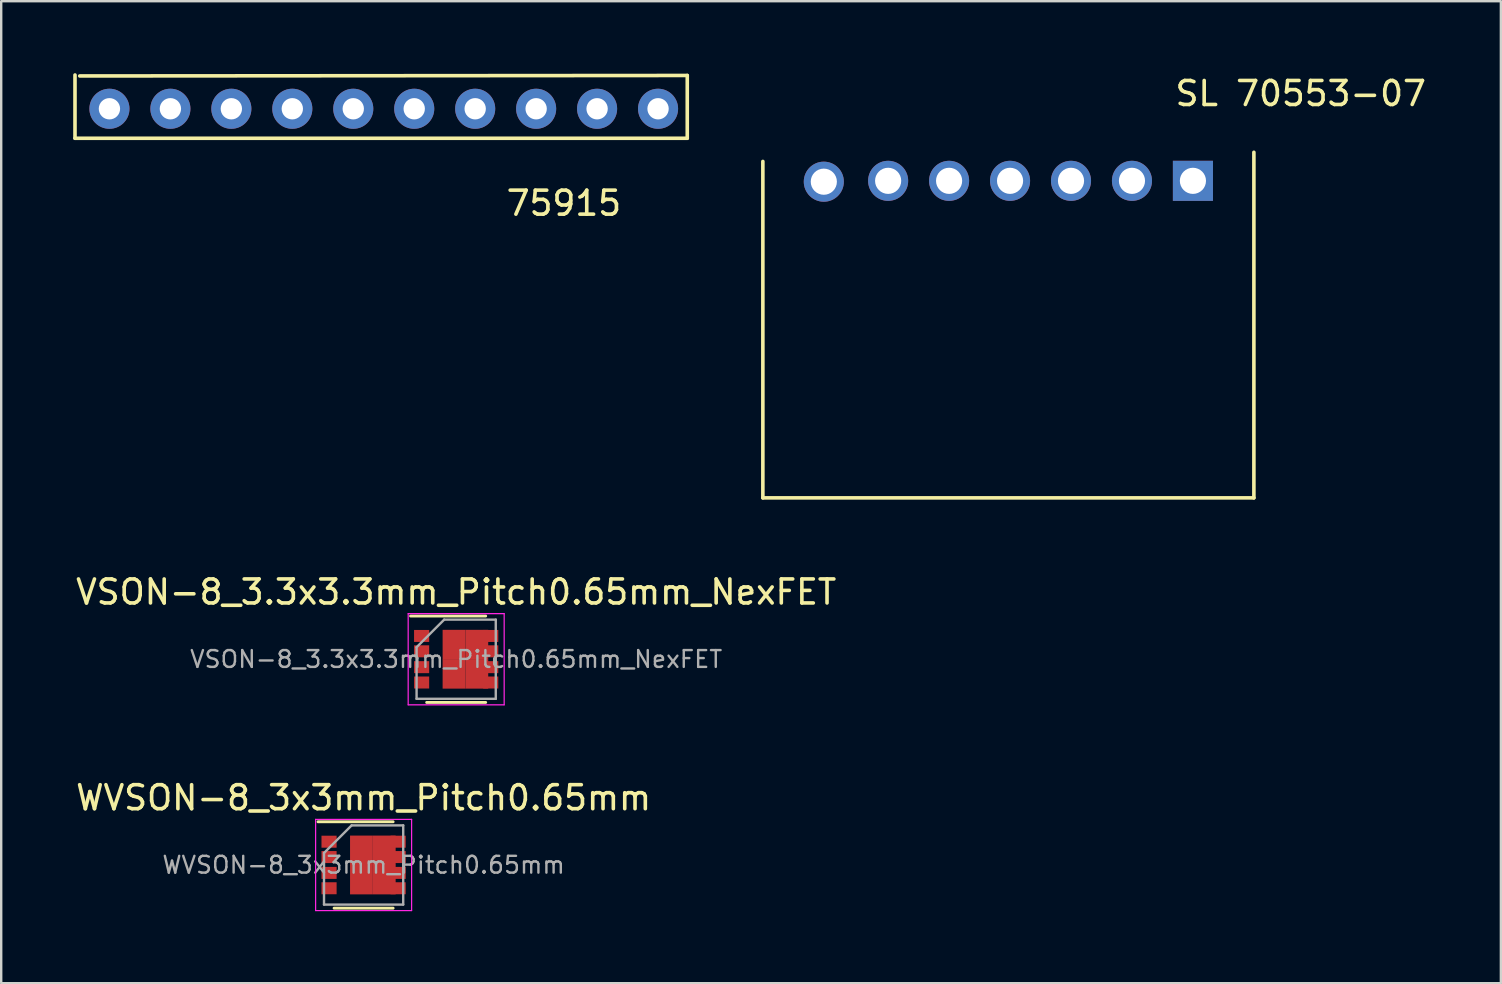
<source format=kicad_pcb>
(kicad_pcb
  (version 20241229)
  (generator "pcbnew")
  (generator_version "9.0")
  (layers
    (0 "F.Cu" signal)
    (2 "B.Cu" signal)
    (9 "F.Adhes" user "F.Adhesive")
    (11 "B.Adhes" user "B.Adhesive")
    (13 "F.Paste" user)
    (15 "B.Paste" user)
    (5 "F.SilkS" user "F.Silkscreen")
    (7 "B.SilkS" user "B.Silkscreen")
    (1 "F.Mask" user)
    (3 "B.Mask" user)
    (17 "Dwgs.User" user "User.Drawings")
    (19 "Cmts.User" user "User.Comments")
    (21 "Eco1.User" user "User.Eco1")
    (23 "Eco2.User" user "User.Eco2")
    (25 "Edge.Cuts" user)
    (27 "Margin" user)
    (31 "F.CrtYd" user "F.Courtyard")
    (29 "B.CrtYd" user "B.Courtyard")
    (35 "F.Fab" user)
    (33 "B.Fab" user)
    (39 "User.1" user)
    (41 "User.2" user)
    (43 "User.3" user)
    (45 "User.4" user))
  (footprint "WVSON-8_3x3mm_Pitch0.65mm"
    (layer "F.Cu")
    (at 12.101 32.992)
    (property "Reference" "WVSON-8_3x3mm_Pitch0.65mm" (at 0 -2.8 0) (layer "F.SilkS") (effects (font (size 1 1) (thickness 0.15))))
    (attr smd)
    (fp_line (start -1.9 -1.8) (end 1.23 -1.8) (stroke (width 0.12) (type solid)) (layer "F.SilkS"))
    (fp_line (start -1.23 1.8) (end 1.23 1.8) (stroke (width 0.12) (type solid)) (layer "F.SilkS"))
    (fp_line (start -2 -1.9) (end -2 1.9) (stroke (width 0.05) (type solid)) (layer "F.CrtYd"))
    (fp_line (start -2 -1.9) (end 2 -1.9) (stroke (width 0.05) (type solid)) (layer "F.CrtYd"))
    (fp_line (start -2 1.9) (end 2 1.9) (stroke (width 0.05) (type solid)) (layer "F.CrtYd"))
    (fp_line (start 2 -1.9) (end 2 1.9) (stroke (width 0.05) (type solid)) (layer "F.CrtYd"))
    (fp_line (start -1.65 -0.5) (end -0.5 -1.65) (stroke (width 0.1) (type solid)) (layer "F.Fab"))
    (fp_line (start -1.65 1.65) (end -1.65 -0.5) (stroke (width 0.1) (type solid)) (layer "F.Fab"))
    (fp_line (start -0.5 -1.65) (end 1.65 -1.65) (stroke (width 0.1) (type solid)) (layer "F.Fab"))
    (fp_line (start 1.65 -1.65) (end 1.65 1.65) (stroke (width 0.1) (type solid)) (layer "F.Fab"))
    (fp_line (start 1.65 1.65) (end -1.65 1.65) (stroke (width 0.1) (type solid)) (layer "F.Fab"))
    (fp_text user "${REFERENCE}" (at 0 0 0) (layer "F.Fab") (effects (font (size 0.7 0.7) (thickness 0.1))))
    (pad "1" smd rect (at -1.44 -0.97) (size 0.63 0.5) (layers "F.Cu" "F.Mask" "F.Paste"))
    (pad "2" smd rect (at -1.44 -0.33) (size 0.63 0.5) (layers "F.Cu" "F.Mask" "F.Paste"))
    (pad "3" smd rect (at -1.44 0.33) (size 0.63 0.5) (layers "F.Cu" "F.Mask" "F.Paste"))
    (pad "4" smd rect (at -1.44 0.97) (size 0.63 0.5) (layers "F.Cu" "F.Mask" "F.Paste"))
    (pad "5" smd rect (at -0.09 -0.61) (size 0.95 1.23) (layers "F.Cu" "F.Mask" "F.Paste"))
    (pad "5" smd rect (at -0.09 0.61) (size 0.95 1.23) (layers "F.Cu" "F.Mask" "F.Paste"))
    (pad "5" smd rect (at 0.86 -0.61) (size 0.95 1.23) (layers "F.Cu" "F.Mask" "F.Paste"))
    (pad "5" smd rect (at 0.86 0.61) (size 0.95 1.23) (layers "F.Cu" "F.Mask" "F.Paste"))
    (pad "5" smd rect (at 1.44 -0.97) (size 0.63 0.5) (layers "F.Cu" "F.Mask" "F.Paste"))
    (pad "5" smd rect (at 1.44 -0.33) (size 0.63 0.5) (layers "F.Cu" "F.Mask" "F.Paste"))
    (pad "5" smd rect (at 1.44 0.33) (size 0.63 0.5) (layers "F.Cu" "F.Mask" "F.Paste"))
    (pad "5" smd rect (at 1.44 0.97) (size 0.63 0.5) (layers "F.Cu" "F.Mask" "F.Paste")))
  (footprint "SL 70553-07"
    (layer "F.Cu")
    (at 43.657 6.385)
    (property "Reference" "SL 70553-07" (at 7.493 -5.537 0) (layer "F.SilkS") (effects (font (size 1 1) (thickness 0.15))))
    (attr through_hole)
    (fp_line (start -14.92 -2.708) (end -14.92 11.31) (stroke (width 0.15) (type solid)) (layer "F.SilkS"))
    (fp_line (start -14.92 11.31) (end 5.54 11.31) (stroke (width 0.15) (type solid)) (layer "F.SilkS"))
    (fp_line (start 5.54 -3.089) (end 5.54 11.31) (stroke (width 0.15) (type solid)) (layer "F.SilkS"))
    (pad "1" thru_hole rect (at 3 -1.9) (size 1.67 1.67) (drill 1.09) (layers "*.Cu" "*.Mask"))
    (pad "2" thru_hole circle (at 0.46 -1.9) (size 1.67 1.67) (drill 1.09) (layers "*.Cu" "*.Mask"))
    (pad "3" thru_hole circle (at -2.08 -1.9) (size 1.67 1.67) (drill 1.09) (layers "*.Cu" "*.Mask"))
    (pad "4" thru_hole circle (at -4.62 -1.9) (size 1.67 1.67) (drill 1.09) (layers "*.Cu" "*.Mask"))
    (pad "5" thru_hole circle (at -7.16 -1.9) (size 1.67 1.67) (drill 1.09) (layers "*.Cu" "*.Mask"))
    (pad "6" thru_hole circle (at -9.7 -1.9) (size 1.67 1.67) (drill 1.09) (layers "*.Cu" "*.Mask"))
    (pad "7" thru_hole circle (at -12.38 -1.864) (size 1.67 1.67) (drill 1.09) (layers "*.Cu" "*.Mask")))
  (footprint "VSON-8_3.3x3.3mm_Pitch0.65mm_NexFET"
    (layer "F.Cu")
    (at 15.958 24.419)
    (property "Reference" "VSON-8_3.3x3.3mm_Pitch0.65mm_NexFET" (at 0 -2.8 0) (layer "F.SilkS") (effects (font (size 1 1) (thickness 0.15))))
    (attr smd)
    (fp_line (start -1.9 -1.8) (end 1.23 -1.8) (stroke (width 0.12) (type solid)) (layer "F.SilkS"))
    (fp_line (start -1.23 1.8) (end 1.23 1.8) (stroke (width 0.12) (type solid)) (layer "F.SilkS"))
    (fp_line (start -2 -1.9) (end -2 1.9) (stroke (width 0.05) (type solid)) (layer "F.CrtYd"))
    (fp_line (start -2 -1.9) (end 2 -1.9) (stroke (width 0.05) (type solid)) (layer "F.CrtYd"))
    (fp_line (start -2 1.9) (end 2 1.9) (stroke (width 0.05) (type solid)) (layer "F.CrtYd"))
    (fp_line (start 2 -1.9) (end 2 1.9) (stroke (width 0.05) (type solid)) (layer "F.CrtYd"))
    (fp_line (start -1.65 -0.5) (end -0.5 -1.65) (stroke (width 0.1) (type solid)) (layer "F.Fab"))
    (fp_line (start -1.65 1.65) (end -1.65 -0.5) (stroke (width 0.1) (type solid)) (layer "F.Fab"))
    (fp_line (start -0.5 -1.65) (end 1.65 -1.65) (stroke (width 0.1) (type solid)) (layer "F.Fab"))
    (fp_line (start 1.65 -1.65) (end 1.65 1.65) (stroke (width 0.1) (type solid)) (layer "F.Fab"))
    (fp_line (start 1.65 1.65) (end -1.65 1.65) (stroke (width 0.1) (type solid)) (layer "F.Fab"))
    (fp_text user "${REFERENCE}" (at 0 0 0) (layer "F.Fab") (effects (font (size 0.7 0.7) (thickness 0.1))))
    (pad "1" smd rect (at -1.44 -0.97) (size 0.63 0.5) (layers "F.Cu" "F.Mask" "F.Paste"))
    (pad "2" smd rect (at -1.44 -0.33) (size 0.63 0.5) (layers "F.Cu" "F.Mask" "F.Paste"))
    (pad "3" smd rect (at -1.44 0.33) (size 0.63 0.5) (layers "F.Cu" "F.Mask" "F.Paste"))
    (pad "4" smd rect (at -1.44 0.97) (size 0.63 0.5) (layers "F.Cu" "F.Mask" "F.Paste"))
    (pad "5" smd rect (at -0.09 -0.61) (size 0.95 1.23) (layers "F.Cu" "F.Mask" "F.Paste"))
    (pad "5" smd rect (at -0.09 0.61) (size 0.95 1.23) (layers "F.Cu" "F.Mask" "F.Paste"))
    (pad "5" smd rect (at 0.86 -0.61) (size 0.95 1.23) (layers "F.Cu" "F.Mask" "F.Paste"))
    (pad "5" smd rect (at 0.86 0.61) (size 0.95 1.23) (layers "F.Cu" "F.Mask" "F.Paste"))
    (pad "5" smd rect (at 1.44 -0.97) (size 0.63 0.5) (layers "F.Cu" "F.Mask" "F.Paste"))
    (pad "5" smd rect (at 1.44 -0.33) (size 0.63 0.5) (layers "F.Cu" "F.Mask" "F.Paste"))
    (pad "5" smd rect (at 1.44 0.33) (size 0.63 0.5) (layers "F.Cu" "F.Mask" "F.Paste"))
    (pad "5" smd rect (at 1.44 0.97) (size 0.63 0.5) (layers "F.Cu" "F.Mask" "F.Paste")))
  (footprint "75915"
    (layer "F.Cu")
    (at 11.83 1.482)
    (property "Reference" "75915" (at 8.616 3.937 0) (layer "F.SilkS") (effects (font (size 1 1) (thickness 0.15))))
    (attr through_hole)
    (fp_line (start -11.755 1.229) (end -11.755 -1.407) (stroke (width 0.15) (type solid)) (layer "F.SilkS"))
    (fp_line (start -11.557 -1.367) (end 13.757 -1.387) (stroke (width 0.15) (type solid)) (layer "F.SilkS"))
    (fp_line (start 13.757 -1.387) (end 13.757 1.229) (stroke (width 0.15) (type solid)) (layer "F.SilkS"))
    (fp_line (start 13.757 1.229) (end -11.755 1.229) (stroke (width 0.15) (type solid)) (layer "F.SilkS"))
    (pad "1" thru_hole circle (at 12.54 0) (size 1.67 1.67) (drill 0.889) (layers "*.Cu" "*.Mask"))
    (pad "2" thru_hole circle (at 10 0) (size 1.67 1.67) (drill 0.889) (layers "*.Cu" "*.Mask"))
    (pad "3" thru_hole circle (at 7.46 0) (size 1.67 1.67) (drill 0.889) (layers "*.Cu" "*.Mask"))
    (pad "4" thru_hole circle (at 4.92 0) (size 1.67 1.67) (drill 0.889) (layers "*.Cu" "*.Mask"))
    (pad "5" thru_hole circle (at 2.38 0) (size 1.67 1.67) (drill 0.889) (layers "*.Cu" "*.Mask"))
    (pad "6" thru_hole circle (at -0.16 0) (size 1.67 1.67) (drill 0.889) (layers "*.Cu" "*.Mask"))
    (pad "7" thru_hole circle (at -2.7 0) (size 1.67 1.67) (drill 0.889) (layers "*.Cu" "*.Mask"))
    (pad "8" thru_hole circle (at -5.24 0) (size 1.67 1.67) (drill 0.889) (layers "*.Cu" "*.Mask"))
    (pad "9" thru_hole circle (at -7.78 0) (size 1.67 1.67) (drill 0.889) (layers "*.Cu" "*.Mask"))
    (pad "10" thru_hole circle (at -10.32 0) (size 1.67 1.67) (drill 0.889) (layers "*.Cu" "*.Mask")))
  (gr_rect
    (start -3 -3)
    (end 59.489 37.917)
    (stroke (width 0.1) (type default))
    (fill no)
    (layer "Edge.Cuts")))
</source>
